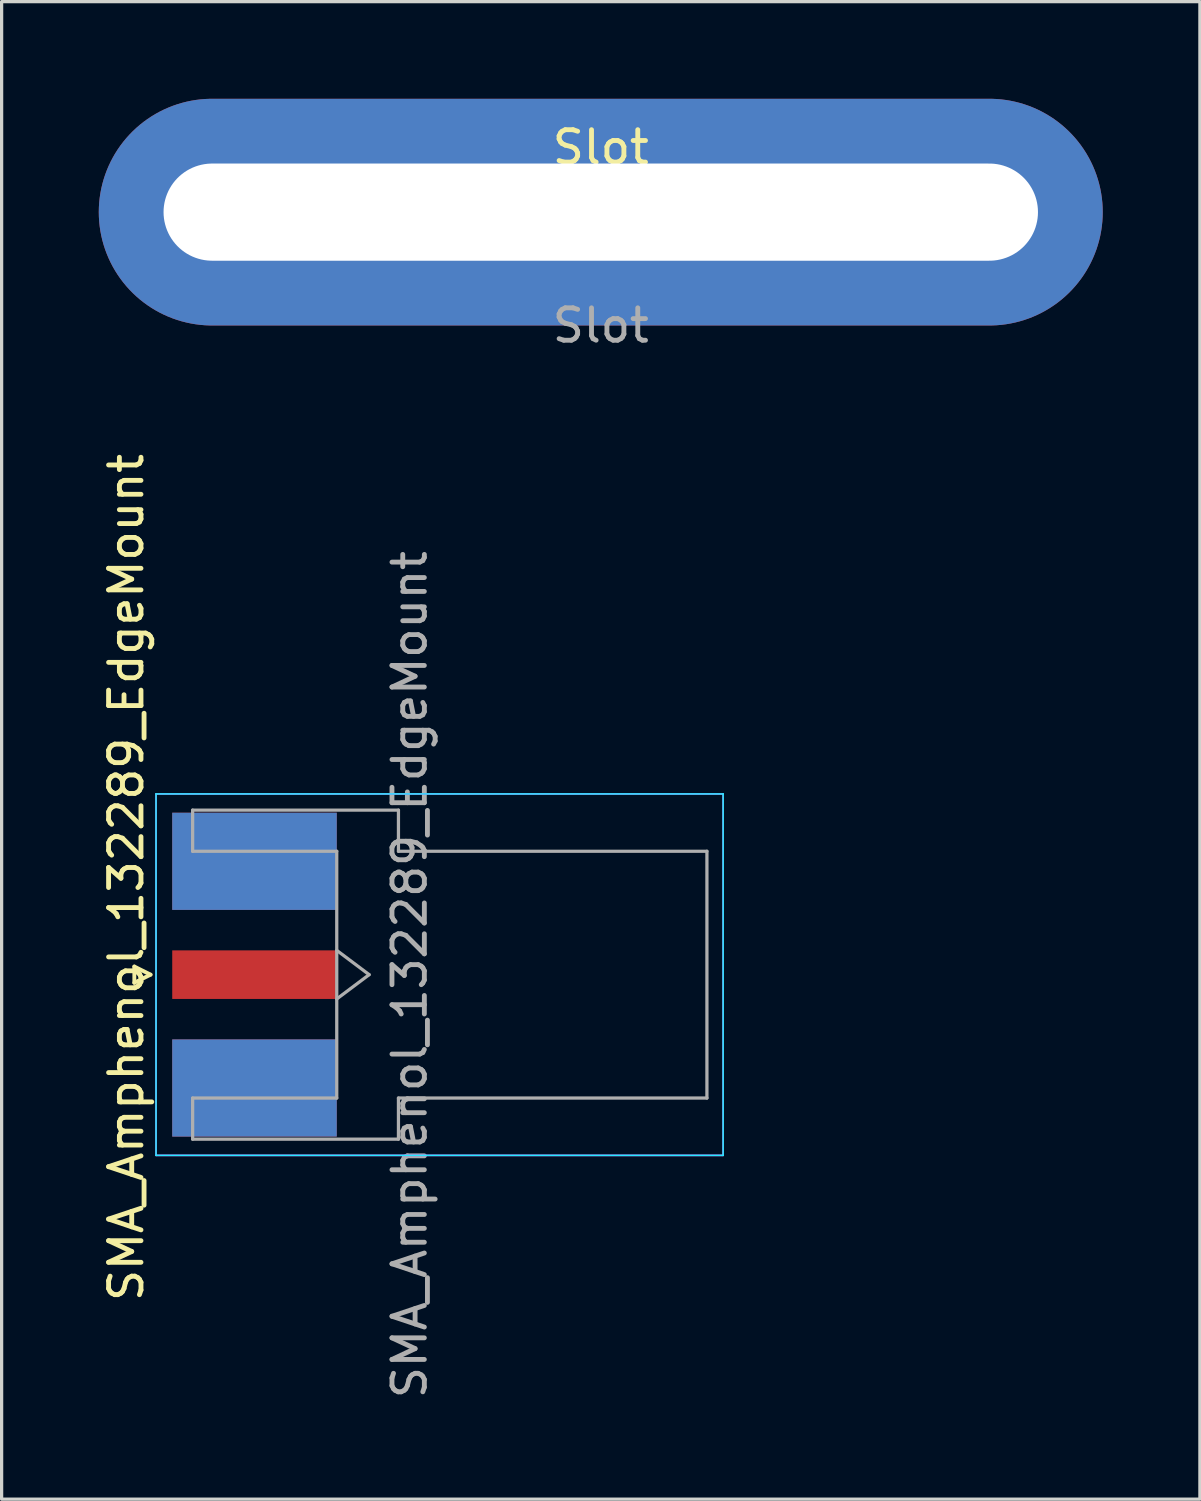
<source format=kicad_pcb>
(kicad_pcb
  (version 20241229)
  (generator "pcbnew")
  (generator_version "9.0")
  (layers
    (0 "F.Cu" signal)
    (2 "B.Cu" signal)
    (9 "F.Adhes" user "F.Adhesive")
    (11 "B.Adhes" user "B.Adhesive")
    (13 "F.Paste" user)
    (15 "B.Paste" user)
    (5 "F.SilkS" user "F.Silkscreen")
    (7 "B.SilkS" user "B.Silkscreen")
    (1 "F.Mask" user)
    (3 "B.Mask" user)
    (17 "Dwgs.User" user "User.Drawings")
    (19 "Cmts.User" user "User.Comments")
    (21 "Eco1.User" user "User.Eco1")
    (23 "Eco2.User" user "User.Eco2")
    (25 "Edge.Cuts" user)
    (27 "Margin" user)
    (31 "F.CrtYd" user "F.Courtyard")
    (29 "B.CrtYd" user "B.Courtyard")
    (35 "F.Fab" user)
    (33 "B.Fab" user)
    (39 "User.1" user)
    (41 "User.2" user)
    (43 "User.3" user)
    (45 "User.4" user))
  (footprint "SMA_Amphenol_132289_EdgeMount"
    (layer "F.Cu")
    (at 4.808 27.045)
    (property "Reference" "SMA_Amphenol_132289_EdgeMount" (at -3.96 -3 90) (layer "F.SilkS") (effects (font (size 1 1) (thickness 0.15))))
    (attr smd)
    (fp_line (start -3.71 -0.25) (end -3.71 0.25) (stroke (width 0.12) (type solid)) (layer "F.SilkS"))
    (fp_line (start -3.71 0.25) (end -3.21 0) (stroke (width 0.12) (type solid)) (layer "F.SilkS"))
    (fp_line (start -3.21 0) (end -3.71 -0.25) (stroke (width 0.12) (type solid)) (layer "F.SilkS"))
    (fp_line (start -3.04 5.58) (end -3.04 -5.58) (stroke (width 0.05) (type solid)) (layer "B.CrtYd"))
    (fp_line (start 14.47 -5.58) (end -3.04 -5.58) (stroke (width 0.05) (type solid)) (layer "B.CrtYd"))
    (fp_line (start 14.47 -5.58) (end 14.47 5.58) (stroke (width 0.05) (type solid)) (layer "B.CrtYd"))
    (fp_line (start 14.47 5.58) (end -3.04 5.58) (stroke (width 0.05) (type solid)) (layer "B.CrtYd"))
    (fp_line (start -3.04 5.58) (end -3.04 -5.58) (stroke (width 0.05) (type solid)) (layer "F.CrtYd"))
    (fp_line (start 14.47 -5.58) (end -3.04 -5.58) (stroke (width 0.05) (type solid)) (layer "F.CrtYd"))
    (fp_line (start 14.47 -5.58) (end 14.47 5.58) (stroke (width 0.05) (type solid)) (layer "F.CrtYd"))
    (fp_line (start 14.47 5.58) (end -3.04 5.58) (stroke (width 0.05) (type solid)) (layer "F.CrtYd"))
    (fp_line (start -1.91 -5.08) (end -1.91 -3.81) (stroke (width 0.1) (type solid)) (layer "F.Fab"))
    (fp_line (start -1.91 -5.08) (end 4.445 -5.08) (stroke (width 0.1) (type solid)) (layer "F.Fab"))
    (fp_line (start -1.91 -3.81) (end 2.54 -3.81) (stroke (width 0.1) (type solid)) (layer "F.Fab"))
    (fp_line (start -1.91 3.81) (end -1.91 5.08) (stroke (width 0.1) (type solid)) (layer "F.Fab"))
    (fp_line (start -1.91 5.08) (end 4.445 5.08) (stroke (width 0.1) (type solid)) (layer "F.Fab"))
    (fp_line (start 2.54 -3.81) (end 2.54 3.81) (stroke (width 0.1) (type solid)) (layer "F.Fab"))
    (fp_line (start 2.54 -0.75) (end 3.54 0) (stroke (width 0.1) (type solid)) (layer "F.Fab"))
    (fp_line (start 2.54 3.81) (end -1.91 3.81) (stroke (width 0.1) (type solid)) (layer "F.Fab"))
    (fp_line (start 3.54 0) (end 2.54 0.75) (stroke (width 0.1) (type solid)) (layer "F.Fab"))
    (fp_line (start 4.445 -3.81) (end 4.445 -5.08) (stroke (width 0.1) (type solid)) (layer "F.Fab"))
    (fp_line (start 4.445 -3.81) (end 13.97 -3.81) (stroke (width 0.1) (type solid)) (layer "F.Fab"))
    (fp_line (start 4.445 5.08) (end 4.445 3.81) (stroke (width 0.1) (type solid)) (layer "F.Fab"))
    (fp_line (start 13.97 -3.81) (end 13.97 3.81) (stroke (width 0.1) (type solid)) (layer "F.Fab"))
    (fp_line (start 13.97 3.81) (end 4.445 3.81) (stroke (width 0.1) (type solid)) (layer "F.Fab"))
    (fp_text user "${REFERENCE}" (at 4.79 0 270) (layer "F.Fab") (effects (font (size 1 1) (thickness 0.15))))
    (pad "1" smd rect (at 0 0 90) (size 1.5 5.08) (layers "F.Cu" "F.Mask" "F.Paste"))
    (pad "2" smd rect (at 0 -3.5 90) (size 3 5.08) (layers "F.Cu" "F.Mask" "F.Paste"))
    (pad "2" smd rect (at 0 -3.5 90) (size 3 5.08) (layers "B.Cu" "B.Mask" "B.Paste"))
    (pad "2" smd rect (at 0 3.5 90) (size 3 5.08) (layers "F.Cu" "F.Mask" "F.Paste"))
    (pad "2" smd rect (at 0 3.5 90) (size 3 5.08) (layers "B.Cu" "B.Mask" "B.Paste")))
  (footprint "Slot"
    (layer "F.Cu")
    (at 15.5 3.5)
    (property "Reference" "Slot" (at 0 -2 0) (unlocked yes) (layer "F.SilkS") (effects (font (size 1 1) (thickness 0.15))))
    (attr through_hole)
    (fp_text user "${REFERENCE}" (at 0 3.5 0) (unlocked yes) (layer "F.Fab") (effects (font (size 1 1) (thickness 0.15))))
    (pad "1" thru_hole oval (at 0 0) (size 31 7) (drill oval 27 3) (layers "*.Cu" "*.Mask")))
  (gr_rect
    (start -3 -3)
    (end 34 43.241)
    (stroke (width 0.1) (type default))
    (fill no)
    (layer "Edge.Cuts")))
</source>
